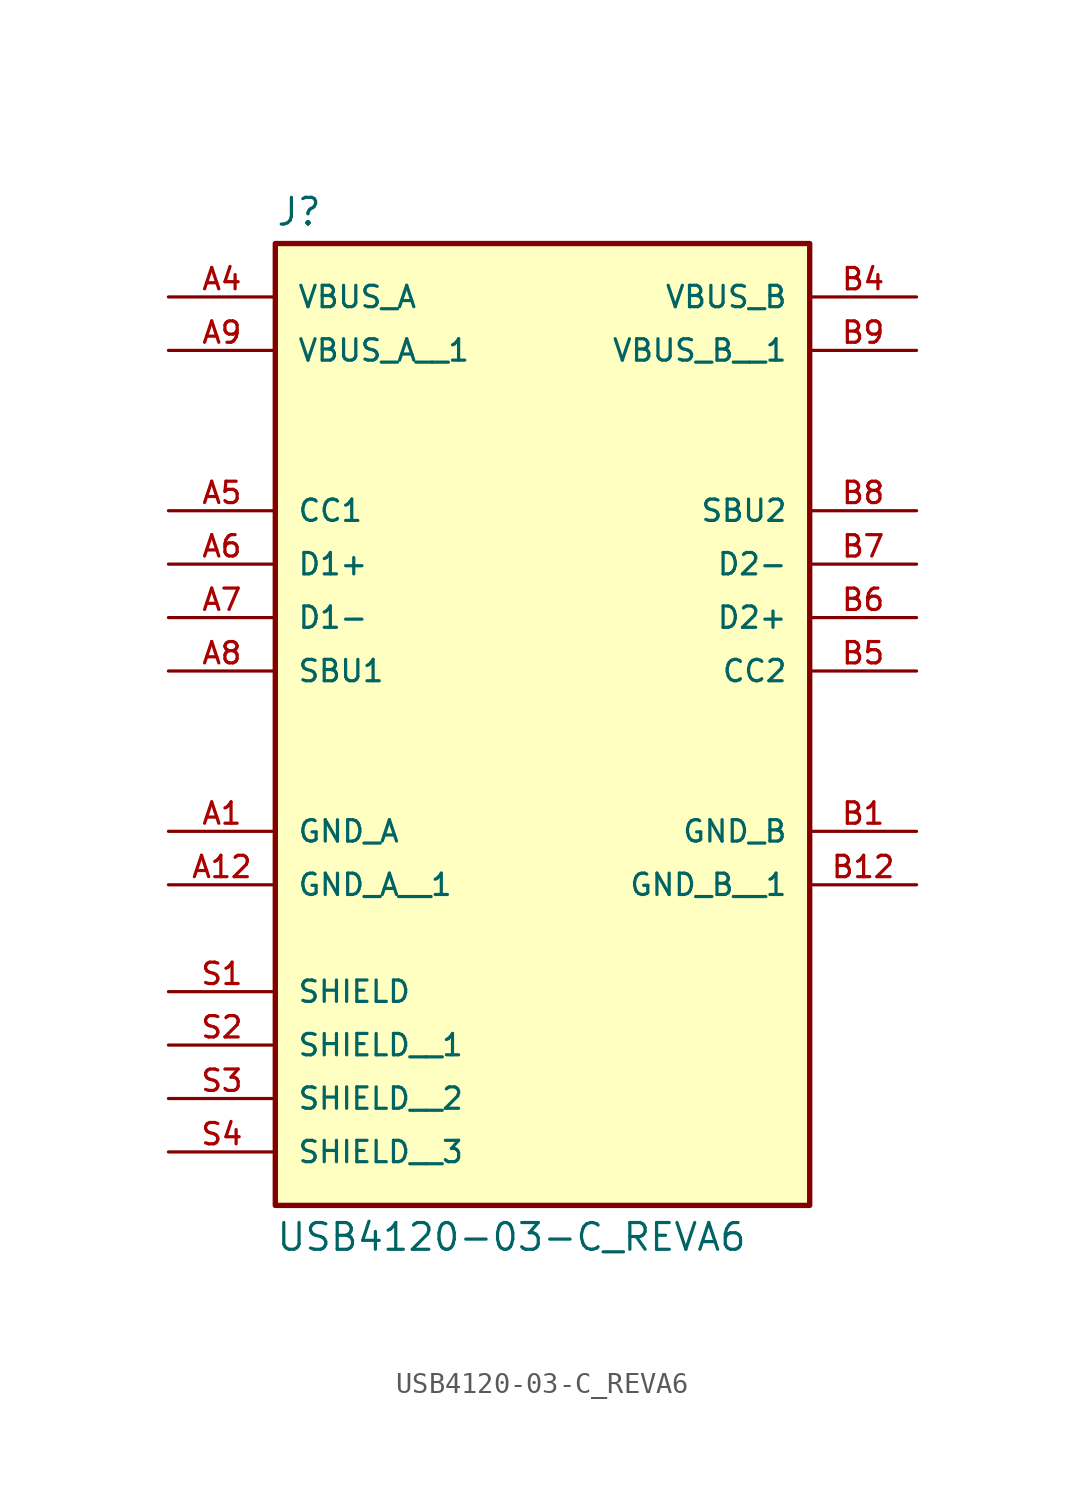
<source format=kicad_sym>
(kicad_symbol_lib
  (version 20211014)
  (generator kicad_symbol_editor)
  (symbol "USB4120-03-C_REVA6"
    (pin_names
      (offset 1.016))
    (property "Reference" "J"
      (at -12.7 16.002 0)
      (effects (font (size 1.27 1.27)) (justify bottom left)))
    (property "Value" "USB4120-03-C_REVA6"
      (at -12.7 -31.242 0.0)
      (effects (font (size 1.27 1.27)) (justify top left)))
    (symbol "USB4120-03-C_REVA6_0_0"
      (rectangle (start -12.7 -30.48) (end 12.7 15.24) (stroke (width 0.254)) (fill (type background)))
      (pin power_in line (at -17.78 -12.7 0) (length 5.08) (name "GND_A" (effects (font (size 1.016 1.016)))) (number "A1" (effects (font (size 1.016 1.016)))))
      (pin power_in line (at -17.78 12.7 0) (length 5.08) (name "VBUS_A" (effects (font (size 1.016 1.016)))) (number "A4" (effects (font (size 1.016 1.016)))))
      (pin bidirectional line (at -17.78 0.0 0) (length 5.08) (name "D1+" (effects (font (size 1.016 1.016)))) (number "A6" (effects (font (size 1.016 1.016)))))
      (pin bidirectional line (at -17.78 2.54 0) (length 5.08) (name "CC1" (effects (font (size 1.016 1.016)))) (number "A5" (effects (font (size 1.016 1.016)))))
      (pin bidirectional line (at -17.78 -5.08 0) (length 5.08) (name "SBU1" (effects (font (size 1.016 1.016)))) (number "A8" (effects (font (size 1.016 1.016)))))
      (pin bidirectional line (at -17.78 -2.54 0) (length 5.08) (name "D1-" (effects (font (size 1.016 1.016)))) (number "A7" (effects (font (size 1.016 1.016)))))
      (pin passive line (at -17.78 -20.32 0) (length 5.08) (name "SHIELD" (effects (font (size 1.016 1.016)))) (number "S1" (effects (font (size 1.016 1.016)))))
      (pin power_in line (at 17.78 -12.7 180.0) (length 5.08) (name "GND_B" (effects (font (size 1.016 1.016)))) (number "B1" (effects (font (size 1.016 1.016)))))
      (pin power_in line (at 17.78 12.7 180.0) (length 5.08) (name "VBUS_B" (effects (font (size 1.016 1.016)))) (number "B4" (effects (font (size 1.016 1.016)))))
      (pin bidirectional line (at 17.78 -2.54 180.0) (length 5.08) (name "D2+" (effects (font (size 1.016 1.016)))) (number "B6" (effects (font (size 1.016 1.016)))))
      (pin bidirectional line (at 17.78 -5.08 180.0) (length 5.08) (name "CC2" (effects (font (size 1.016 1.016)))) (number "B5" (effects (font (size 1.016 1.016)))))
      (pin bidirectional line (at 17.78 2.54 180.0) (length 5.08) (name "SBU2" (effects (font (size 1.016 1.016)))) (number "B8" (effects (font (size 1.016 1.016)))))
      (pin bidirectional line (at 17.78 0.0 180.0) (length 5.08) (name "D2-" (effects (font (size 1.016 1.016)))) (number "B7" (effects (font (size 1.016 1.016)))))
      (pin power_in line (at -17.78 10.16 0) (length 5.08) (name "VBUS_A__1" (effects (font (size 1.016 1.016)))) (number "A9" (effects (font (size 1.016 1.016)))))
      (pin power_in line (at -17.78 -15.24 0) (length 5.08) (name "GND_A__1" (effects (font (size 1.016 1.016)))) (number "A12" (effects (font (size 1.016 1.016)))))
      (pin passive line (at -17.78 -22.86 0) (length 5.08) (name "SHIELD__1" (effects (font (size 1.016 1.016)))) (number "S2" (effects (font (size 1.016 1.016)))))
      (pin passive line (at -17.78 -25.4 0) (length 5.08) (name "SHIELD__2" (effects (font (size 1.016 1.016)))) (number "S3" (effects (font (size 1.016 1.016)))))
      (pin passive line (at -17.78 -27.94 0) (length 5.08) (name "SHIELD__3" (effects (font (size 1.016 1.016)))) (number "S4" (effects (font (size 1.016 1.016)))))
      (pin power_in line (at 17.78 10.16 180.0) (length 5.08) (name "VBUS_B__1" (effects (font (size 1.016 1.016)))) (number "B9" (effects (font (size 1.016 1.016)))))
      (pin power_in line (at 17.78 -15.24 180.0) (length 5.08) (name "GND_B__1" (effects (font (size 1.016 1.016)))) (number "B12" (effects (font (size 1.016 1.016))))))))
</source>
